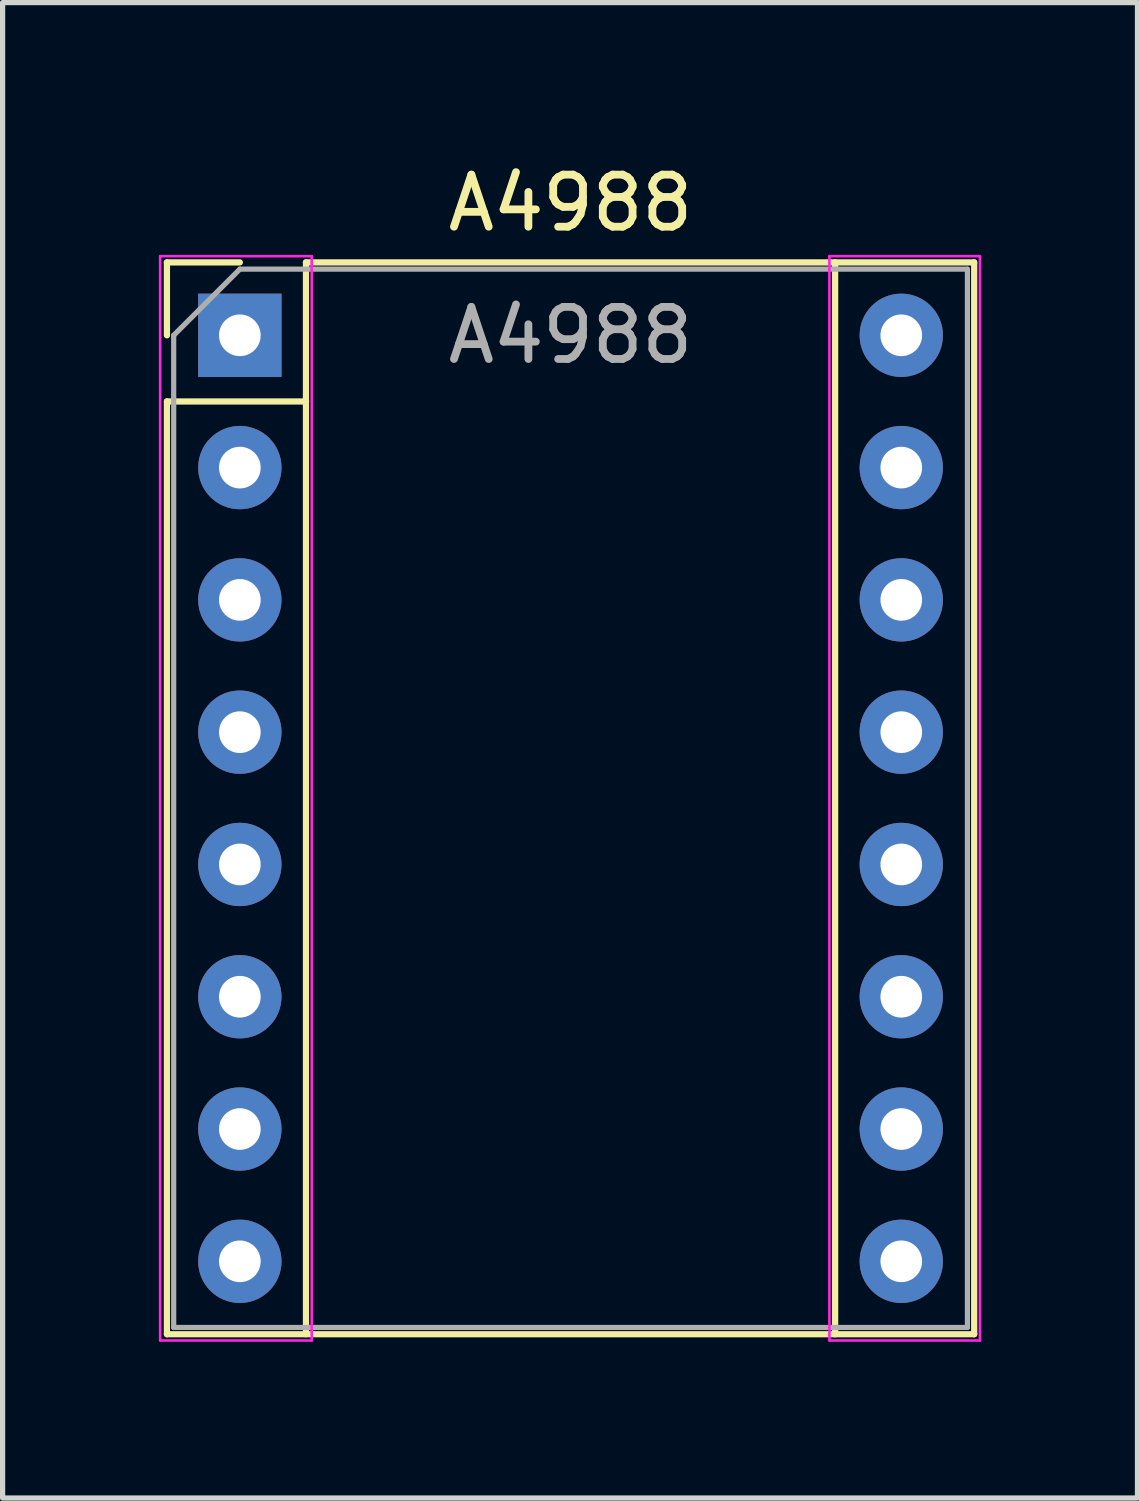
<source format=kicad_pcb>
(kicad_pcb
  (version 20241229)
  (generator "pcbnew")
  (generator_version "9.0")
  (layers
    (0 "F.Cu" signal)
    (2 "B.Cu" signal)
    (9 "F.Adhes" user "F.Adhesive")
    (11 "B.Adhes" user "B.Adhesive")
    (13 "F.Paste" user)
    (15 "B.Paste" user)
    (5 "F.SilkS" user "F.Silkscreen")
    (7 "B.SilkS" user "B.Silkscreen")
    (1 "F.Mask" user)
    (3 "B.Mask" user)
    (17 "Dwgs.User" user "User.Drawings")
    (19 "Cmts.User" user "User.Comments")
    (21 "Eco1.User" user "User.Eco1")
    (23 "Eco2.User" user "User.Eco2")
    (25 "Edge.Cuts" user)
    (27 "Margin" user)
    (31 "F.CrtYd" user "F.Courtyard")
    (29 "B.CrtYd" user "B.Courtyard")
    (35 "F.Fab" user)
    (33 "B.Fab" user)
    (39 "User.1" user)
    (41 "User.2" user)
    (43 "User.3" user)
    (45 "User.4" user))
  (footprint "A4988"
    (layer "F.Cu")
    (at 1.555 3.388)
    (property "Reference" "A4988" (at 6.35 -2.54 0) (layer "F.SilkS") (effects (font (size 1 1) (thickness 0.15))))
    (attr through_hole)
    (fp_line (start -1.4 -1.4) (end -1.4 0) (stroke (width 0.12) (type solid)) (layer "F.SilkS"))
    (fp_line (start -1.4 1.27) (end -1.4 19.18) (stroke (width 0.12) (type solid)) (layer "F.SilkS"))
    (fp_line (start -1.4 19.18) (end 14.1 19.18) (stroke (width 0.12) (type solid)) (layer "F.SilkS"))
    (fp_line (start 0 -1.4) (end -1.4 -1.4) (stroke (width 0.12) (type solid)) (layer "F.SilkS"))
    (fp_line (start 1.27 -1.4) (end 1.27 1.27) (stroke (width 0.12) (type solid)) (layer "F.SilkS"))
    (fp_line (start 1.27 1.27) (end -1.4 1.27) (stroke (width 0.12) (type solid)) (layer "F.SilkS"))
    (fp_line (start 1.27 1.27) (end 1.27 19.18) (stroke (width 0.12) (type solid)) (layer "F.SilkS"))
    (fp_line (start 11.43 -1.4) (end 11.43 19.18) (stroke (width 0.12) (type solid)) (layer "F.SilkS"))
    (fp_line (start 14.1 -1.4) (end 1.27 -1.4) (stroke (width 0.12) (type solid)) (layer "F.SilkS"))
    (fp_line (start 14.1 19.18) (end 14.1 -1.4) (stroke (width 0.12) (type solid)) (layer "F.SilkS"))
    (fp_line (start -1.53 -1.52) (end -1.53 19.3) (stroke (width 0.05) (type solid)) (layer "F.CrtYd"))
    (fp_line (start -1.53 -1.52) (end 1.38 -1.52) (stroke (width 0.05) (type solid)) (layer "F.CrtYd"))
    (fp_line (start 1.38 -1.52) (end 1.38 19.3) (stroke (width 0.05) (type solid)) (layer "F.CrtYd"))
    (fp_line (start 1.38 19.3) (end -1.53 19.3) (stroke (width 0.05) (type solid)) (layer "F.CrtYd"))
    (fp_line (start 11.32 -1.52) (end 11.32 19.3) (stroke (width 0.05) (type solid)) (layer "F.CrtYd"))
    (fp_line (start 11.32 -1.52) (end 14.21 -1.52) (stroke (width 0.05) (type solid)) (layer "F.CrtYd"))
    (fp_line (start 14.21 19.3) (end 11.32 19.3) (stroke (width 0.05) (type solid)) (layer "F.CrtYd"))
    (fp_line (start 14.21 19.3) (end 14.21 -1.52) (stroke (width 0.05) (type solid)) (layer "F.CrtYd"))
    (fp_line (start -1.27 0) (end 0 -1.27) (stroke (width 0.1) (type solid)) (layer "F.Fab"))
    (fp_line (start -1.27 19.05) (end -1.27 0) (stroke (width 0.1) (type solid)) (layer "F.Fab"))
    (fp_line (start 0 -1.27) (end 13.97 -1.27) (stroke (width 0.1) (type solid)) (layer "F.Fab"))
    (fp_line (start 13.97 -1.27) (end 13.97 19.05) (stroke (width 0.1) (type solid)) (layer "F.Fab"))
    (fp_line (start 13.97 19.05) (end -1.27 19.05) (stroke (width 0.1) (type solid)) (layer "F.Fab"))
    (fp_text user "${REFERENCE}" (at 6.35 0 0) (layer "F.Fab") (effects (font (size 1 1) (thickness 0.15))))
    (pad "1" thru_hole rect (at 0 0) (size 1.6 1.6) (drill 0.8) (layers "*.Cu" "*.Mask"))
    (pad "2" thru_hole oval (at 0 2.54) (size 1.6 1.6) (drill 0.8) (layers "*.Cu" "*.Mask"))
    (pad "3" thru_hole oval (at 0 5.08) (size 1.6 1.6) (drill 0.8) (layers "*.Cu" "*.Mask"))
    (pad "4" thru_hole oval (at 0 7.62) (size 1.6 1.6) (drill 0.8) (layers "*.Cu" "*.Mask"))
    (pad "5" thru_hole oval (at 0 10.16) (size 1.6 1.6) (drill 0.8) (layers "*.Cu" "*.Mask"))
    (pad "6" thru_hole oval (at 0 12.7) (size 1.6 1.6) (drill 0.8) (layers "*.Cu" "*.Mask"))
    (pad "7" thru_hole oval (at 0 15.24) (size 1.6 1.6) (drill 0.8) (layers "*.Cu" "*.Mask"))
    (pad "8" thru_hole oval (at 0 17.78) (size 1.6 1.6) (drill 0.8) (layers "*.Cu" "*.Mask"))
    (pad "9" thru_hole oval (at 12.7 17.78) (size 1.6 1.6) (drill 0.8) (layers "*.Cu" "*.Mask"))
    (pad "10" thru_hole oval (at 12.7 15.24) (size 1.6 1.6) (drill 0.8) (layers "*.Cu" "*.Mask"))
    (pad "11" thru_hole oval (at 12.7 12.7) (size 1.6 1.6) (drill 0.8) (layers "*.Cu" "*.Mask"))
    (pad "12" thru_hole oval (at 12.7 10.16) (size 1.6 1.6) (drill 0.8) (layers "*.Cu" "*.Mask"))
    (pad "13" thru_hole oval (at 12.7 7.62) (size 1.6 1.6) (drill 0.8) (layers "*.Cu" "*.Mask"))
    (pad "14" thru_hole oval (at 12.7 5.08) (size 1.6 1.6) (drill 0.8) (layers "*.Cu" "*.Mask"))
    (pad "15" thru_hole oval (at 12.7 2.54) (size 1.6 1.6) (drill 0.8) (layers "*.Cu" "*.Mask"))
    (pad "16" thru_hole oval (at 12.7 0) (size 1.6 1.6) (drill 0.8) (layers "*.Cu" "*.Mask")))
  (gr_rect
    (start -3 -3)
    (end 18.79 25.713)
    (stroke (width 0.1) (type default))
    (fill no)
    (layer "Edge.Cuts")))
</source>
